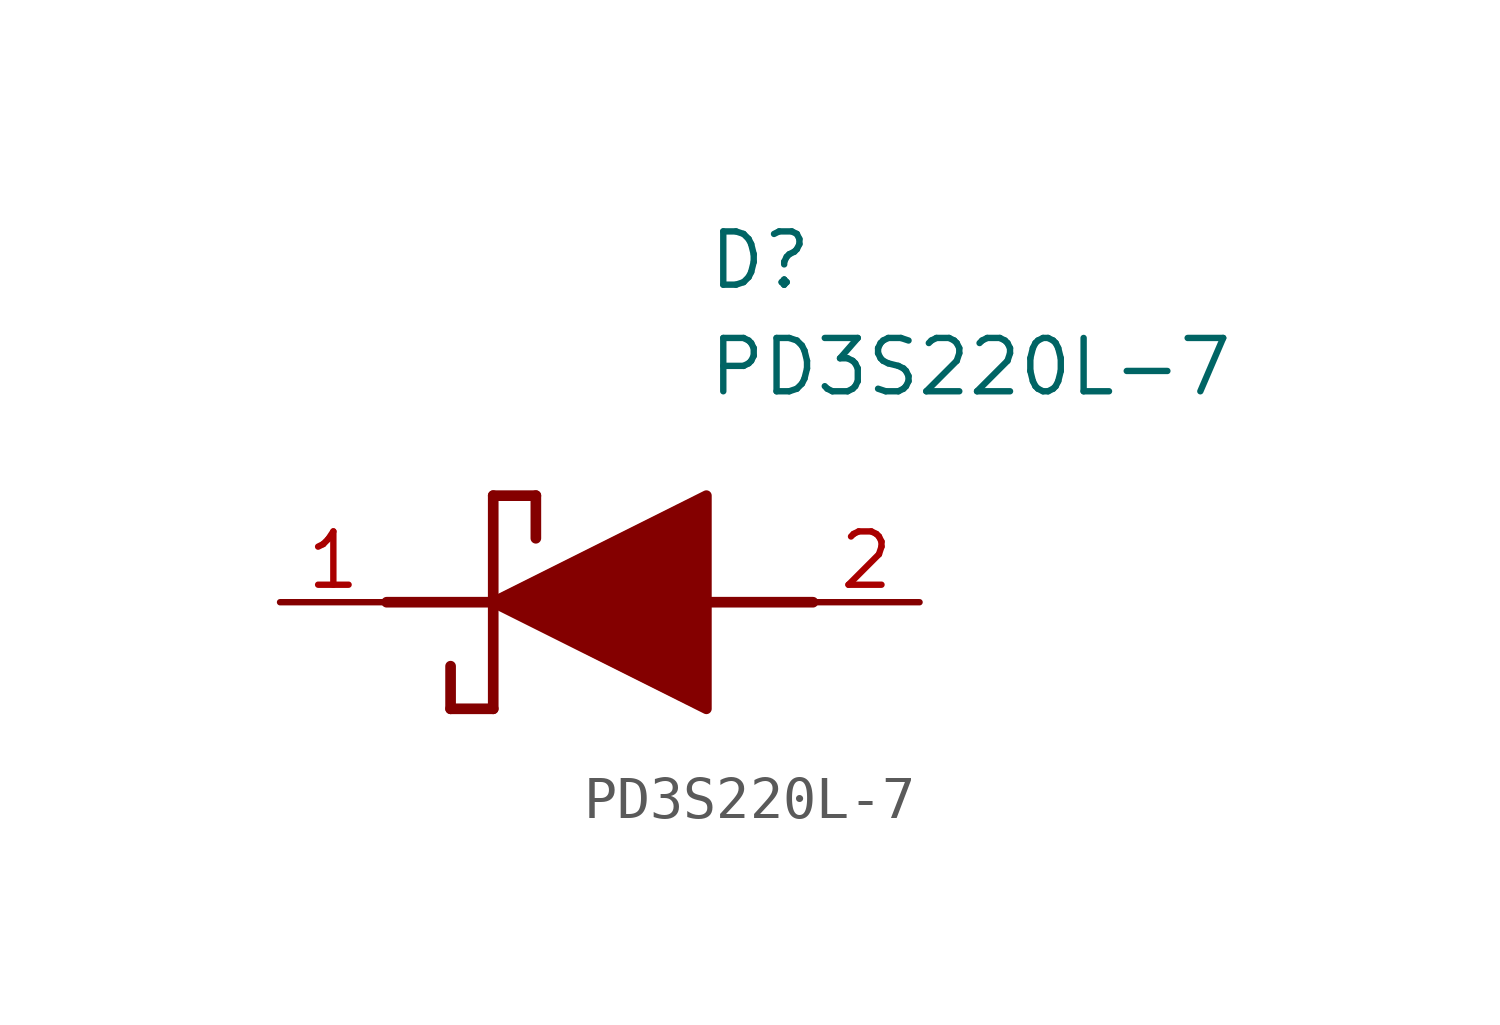
<source format=kicad_sym>
(kicad_symbol_lib
  (version 20211014)
  (generator SamacSys_ECAD_Model)
  (symbol "PD3S220L-7"
    (pin_names hide)
    (property "Reference" "D"
      (at 12.7 8.89 0)
      (effects (font (size 1.27 1.27)) (justify left top)))
    (property "Value" "PD3S220L-7"
      (at 12.7 6.35 0)
      (effects (font (size 1.27 1.27)) (justify left top)))
    (polyline
      (pts (xy 7.62 2.54) (xy 7.62 -2.54))
      (stroke (width 0.254) (type default))
      (fill (type none)))
    (polyline
      (pts (xy 7.62 2.54) (xy 8.636 2.54))
      (stroke (width 0.254) (type default))
      (fill (type none)))
    (polyline
      (pts (xy 8.636 1.524) (xy 8.636 2.54))
      (stroke (width 0.254) (type default))
      (fill (type none)))
    (polyline
      (pts (xy 7.62 -2.54) (xy 6.604 -2.54))
      (stroke (width 0.254) (type default))
      (fill (type none)))
    (polyline
      (pts (xy 6.604 -1.524) (xy 6.604 -2.54))
      (stroke (width 0.254) (type default))
      (fill (type none)))
    (polyline
      (pts (xy 5.08 0) (xy 7.62 0))
      (stroke (width 0.254) (type default))
      (fill (type none)))
    (polyline
      (pts (xy 12.7 0) (xy 15.24 0))
      (stroke (width 0.254) (type default))
      (fill (type none)))
    (polyline
      (pts (xy 7.62 0) (xy 12.7 2.54) (xy 12.7 -2.54) (xy 7.62 0))
      (stroke (width 0.254) (type default))
      (fill (type outline)))
    (pin passive line
      (at 2.54 0 0)
      (length 2.54)
      (name "K" (effects (font (size 1.27 1.27))))
      (number "1" (effects (font (size 1.27 1.27)))))
    (pin passive line
      (at 17.78 0 180)
      (length 2.54)
      (name "A" (effects (font (size 1.27 1.27))))
      (number "2" (effects (font (size 1.27 1.27)))))))
</source>
